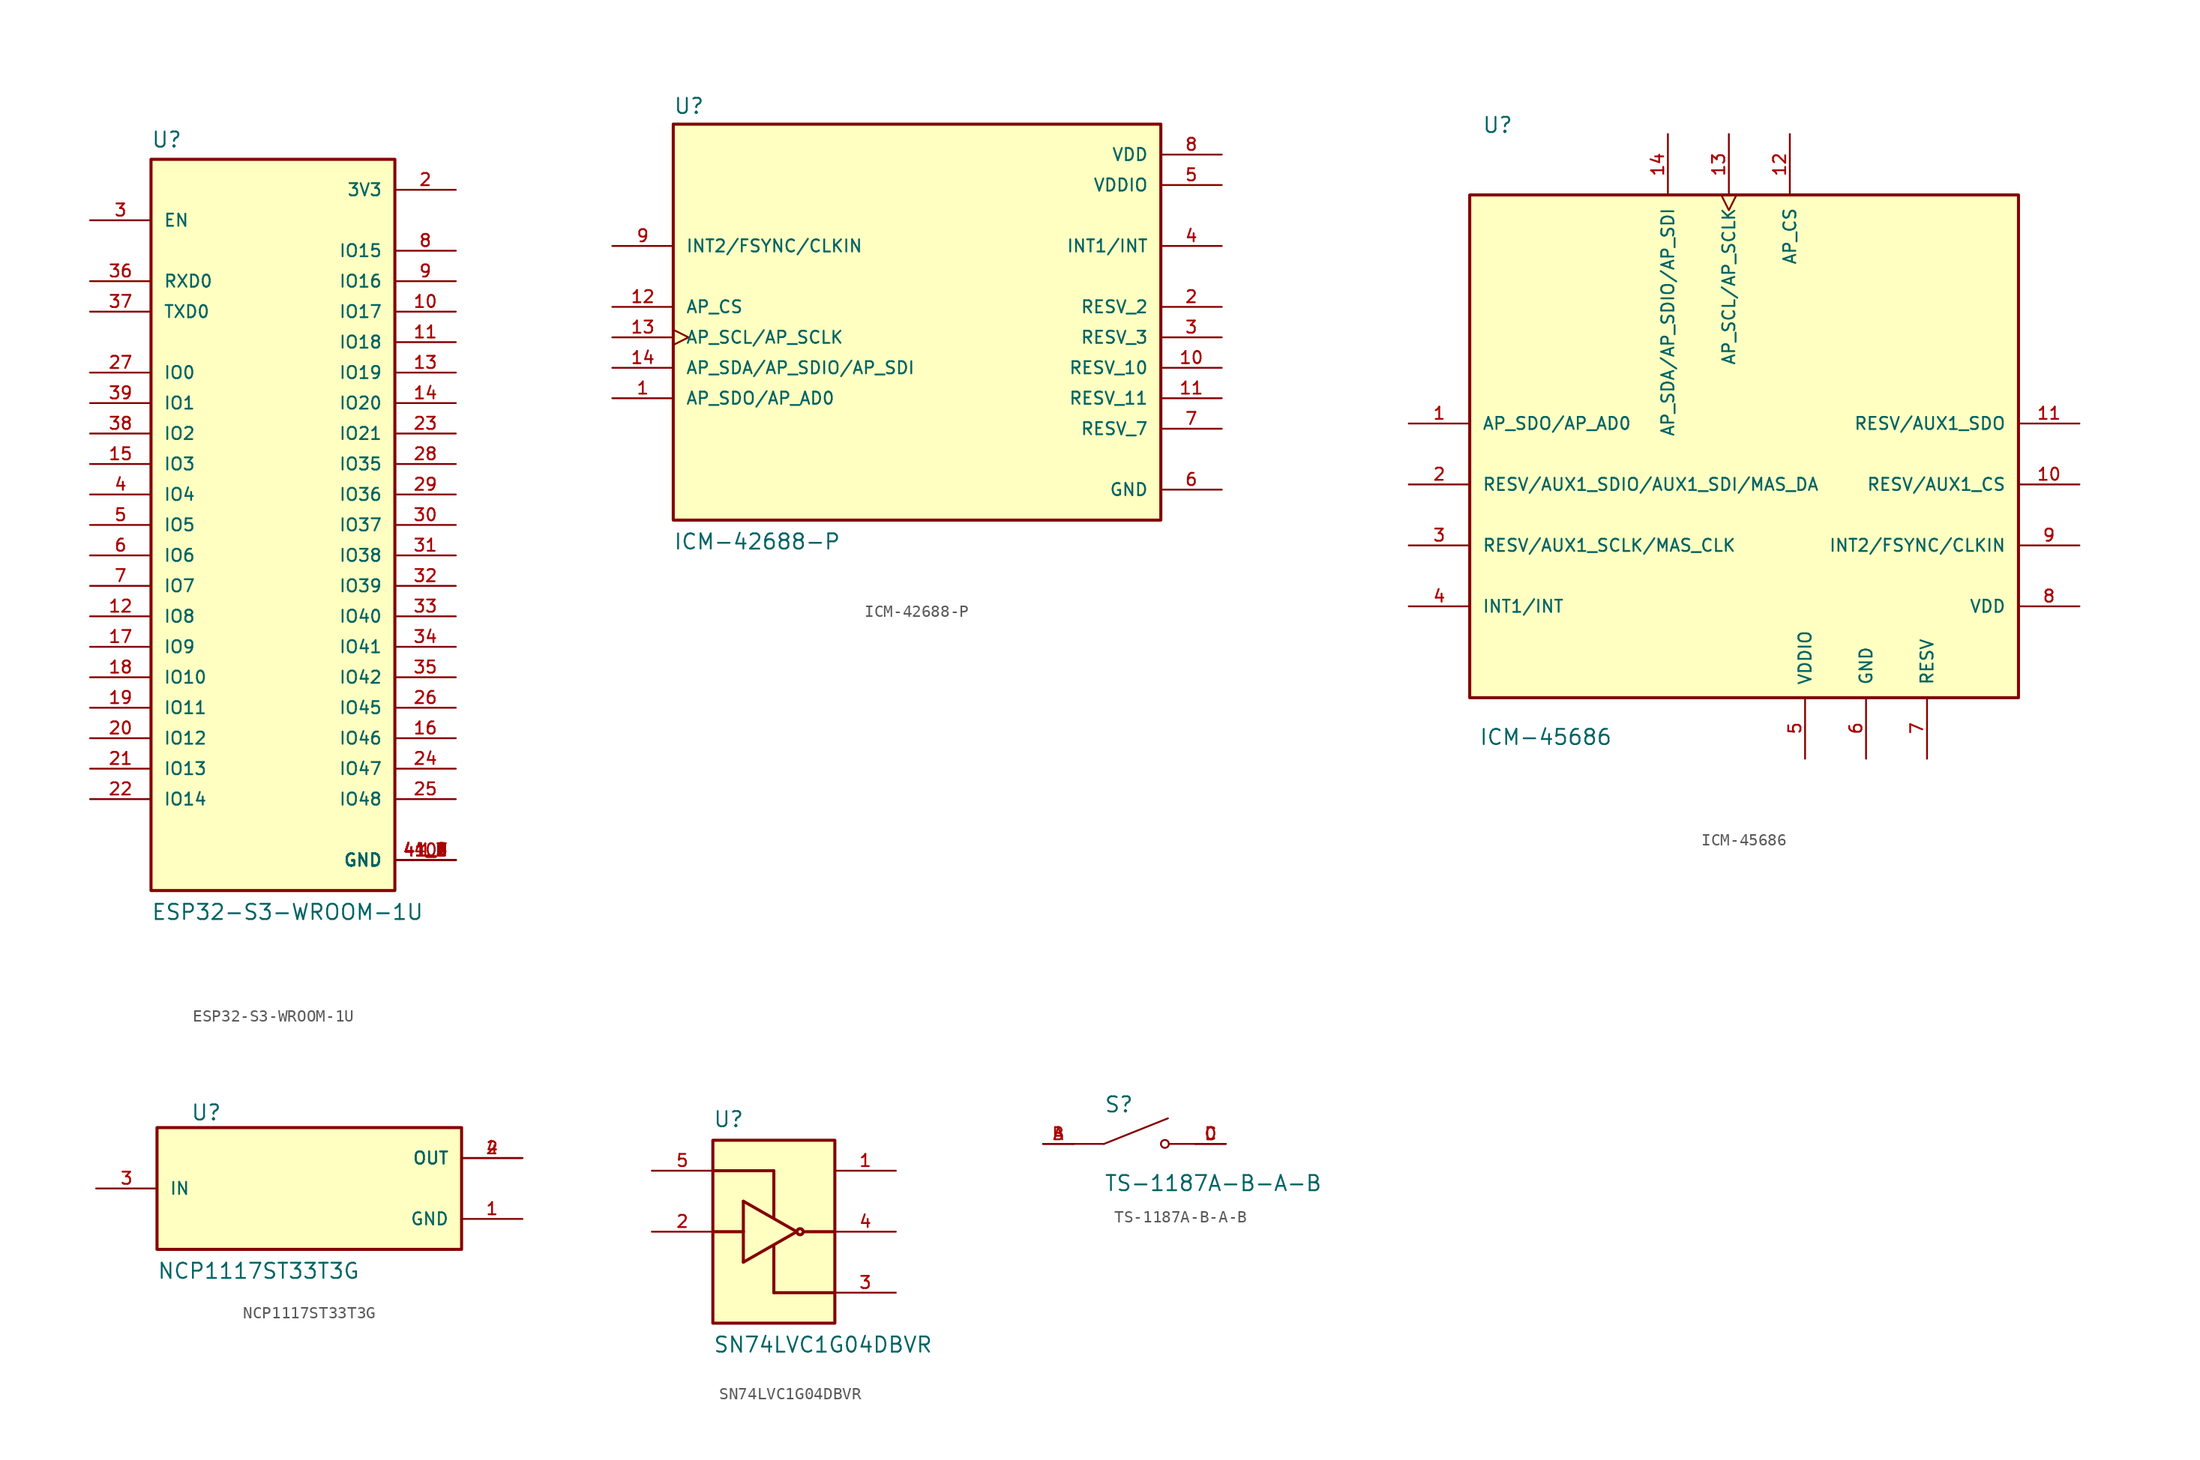
<source format=kicad_sym>
(kicad_symbol_lib
  (version 20241209)
  (generator "kicad_symbol_editor")
  (generator_version "9.0")
  (symbol "ESP32-S3-WROOM-1U"
    (pin_names
      (offset 1.016))
    (property "Reference" "U"
      (at -10.16 31.369 0)
      (effects (font (size 1.27 1.27)) (justify left bottom)))
    (property "Value" "ESP32-S3-WROOM-1U"
      (at -10.16 -33.02 0)
      (effects (font (size 1.27 1.27)) (justify left bottom)))
    (symbol "ESP32-S3-WROOM-1U_0_0"
      (rectangle (start -10.16 30.48) (end 10.16 -30.48) (stroke (width 0.254) (type default)) (fill (type background)))
      (pin input line (at -15.24 25.4 0) (length 5.08) (name "EN" (effects (font (size 1.016 1.016)))) (number "3" (effects (font (size 1.016 1.016)))))
      (pin bidirectional line (at -15.24 20.32 0) (length 5.08) (name "RXD0" (effects (font (size 1.016 1.016)))) (number "36" (effects (font (size 1.016 1.016)))))
      (pin bidirectional line (at -15.24 17.78 0) (length 5.08) (name "TXD0" (effects (font (size 1.016 1.016)))) (number "37" (effects (font (size 1.016 1.016)))))
      (pin bidirectional line (at -15.24 12.7 0) (length 5.08) (name "IO0" (effects (font (size 1.016 1.016)))) (number "27" (effects (font (size 1.016 1.016)))))
      (pin bidirectional line (at -15.24 10.16 0) (length 5.08) (name "IO1" (effects (font (size 1.016 1.016)))) (number "39" (effects (font (size 1.016 1.016)))))
      (pin bidirectional line (at -15.24 7.62 0) (length 5.08) (name "IO2" (effects (font (size 1.016 1.016)))) (number "38" (effects (font (size 1.016 1.016)))))
      (pin bidirectional line (at -15.24 5.08 0) (length 5.08) (name "IO3" (effects (font (size 1.016 1.016)))) (number "15" (effects (font (size 1.016 1.016)))))
      (pin bidirectional line (at -15.24 2.54 0) (length 5.08) (name "IO4" (effects (font (size 1.016 1.016)))) (number "4" (effects (font (size 1.016 1.016)))))
      (pin bidirectional line (at -15.24 0 0) (length 5.08) (name "IO5" (effects (font (size 1.016 1.016)))) (number "5" (effects (font (size 1.016 1.016)))))
      (pin bidirectional line (at -15.24 -2.54 0) (length 5.08) (name "IO6" (effects (font (size 1.016 1.016)))) (number "6" (effects (font (size 1.016 1.016)))))
      (pin bidirectional line (at -15.24 -5.08 0) (length 5.08) (name "IO7" (effects (font (size 1.016 1.016)))) (number "7" (effects (font (size 1.016 1.016)))))
      (pin bidirectional line (at -15.24 -7.62 0) (length 5.08) (name "IO8" (effects (font (size 1.016 1.016)))) (number "12" (effects (font (size 1.016 1.016)))))
      (pin bidirectional line (at -15.24 -10.16 0) (length 5.08) (name "IO9" (effects (font (size 1.016 1.016)))) (number "17" (effects (font (size 1.016 1.016)))))
      (pin bidirectional line (at -15.24 -12.7 0) (length 5.08) (name "IO10" (effects (font (size 1.016 1.016)))) (number "18" (effects (font (size 1.016 1.016)))))
      (pin bidirectional line (at -15.24 -15.24 0) (length 5.08) (name "IO11" (effects (font (size 1.016 1.016)))) (number "19" (effects (font (size 1.016 1.016)))))
      (pin bidirectional line (at -15.24 -17.78 0) (length 5.08) (name "IO12" (effects (font (size 1.016 1.016)))) (number "20" (effects (font (size 1.016 1.016)))))
      (pin bidirectional line (at -15.24 -20.32 0) (length 5.08) (name "IO13" (effects (font (size 1.016 1.016)))) (number "21" (effects (font (size 1.016 1.016)))))
      (pin bidirectional line (at -15.24 -22.86 0) (length 5.08) (name "IO14" (effects (font (size 1.016 1.016)))) (number "22" (effects (font (size 1.016 1.016)))))
      (pin power_in line (at 15.24 27.94 180) (length 5.08) (name "3V3" (effects (font (size 1.016 1.016)))) (number "2" (effects (font (size 1.016 1.016)))))
      (pin bidirectional line (at 15.24 22.86 180) (length 5.08) (name "IO15" (effects (font (size 1.016 1.016)))) (number "8" (effects (font (size 1.016 1.016)))))
      (pin bidirectional line (at 15.24 20.32 180) (length 5.08) (name "IO16" (effects (font (size 1.016 1.016)))) (number "9" (effects (font (size 1.016 1.016)))))
      (pin bidirectional line (at 15.24 17.78 180) (length 5.08) (name "IO17" (effects (font (size 1.016 1.016)))) (number "10" (effects (font (size 1.016 1.016)))))
      (pin bidirectional line (at 15.24 15.24 180) (length 5.08) (name "IO18" (effects (font (size 1.016 1.016)))) (number "11" (effects (font (size 1.016 1.016)))))
      (pin bidirectional line (at 15.24 12.7 180) (length 5.08) (name "IO19" (effects (font (size 1.016 1.016)))) (number "13" (effects (font (size 1.016 1.016)))))
      (pin bidirectional line (at 15.24 10.16 180) (length 5.08) (name "IO20" (effects (font (size 1.016 1.016)))) (number "14" (effects (font (size 1.016 1.016)))))
      (pin bidirectional line (at 15.24 7.62 180) (length 5.08) (name "IO21" (effects (font (size 1.016 1.016)))) (number "23" (effects (font (size 1.016 1.016)))))
      (pin bidirectional line (at 15.24 5.08 180) (length 5.08) (name "IO35" (effects (font (size 1.016 1.016)))) (number "28" (effects (font (size 1.016 1.016)))))
      (pin bidirectional line (at 15.24 2.54 180) (length 5.08) (name "IO36" (effects (font (size 1.016 1.016)))) (number "29" (effects (font (size 1.016 1.016)))))
      (pin bidirectional line (at 15.24 0 180) (length 5.08) (name "IO37" (effects (font (size 1.016 1.016)))) (number "30" (effects (font (size 1.016 1.016)))))
      (pin bidirectional line (at 15.24 -2.54 180) (length 5.08) (name "IO38" (effects (font (size 1.016 1.016)))) (number "31" (effects (font (size 1.016 1.016)))))
      (pin bidirectional line (at 15.24 -5.08 180) (length 5.08) (name "IO39" (effects (font (size 1.016 1.016)))) (number "32" (effects (font (size 1.016 1.016)))))
      (pin bidirectional line (at 15.24 -7.62 180) (length 5.08) (name "IO40" (effects (font (size 1.016 1.016)))) (number "33" (effects (font (size 1.016 1.016)))))
      (pin bidirectional line (at 15.24 -10.16 180) (length 5.08) (name "IO41" (effects (font (size 1.016 1.016)))) (number "34" (effects (font (size 1.016 1.016)))))
      (pin bidirectional line (at 15.24 -12.7 180) (length 5.08) (name "IO42" (effects (font (size 1.016 1.016)))) (number "35" (effects (font (size 1.016 1.016)))))
      (pin bidirectional line (at 15.24 -15.24 180) (length 5.08) (name "IO45" (effects (font (size 1.016 1.016)))) (number "26" (effects (font (size 1.016 1.016)))))
      (pin bidirectional line (at 15.24 -17.78 180) (length 5.08) (name "IO46" (effects (font (size 1.016 1.016)))) (number "16" (effects (font (size 1.016 1.016)))))
      (pin bidirectional line (at 15.24 -20.32 180) (length 5.08) (name "IO47" (effects (font (size 1.016 1.016)))) (number "24" (effects (font (size 1.016 1.016)))))
      (pin bidirectional line (at 15.24 -22.86 180) (length 5.08) (name "IO48" (effects (font (size 1.016 1.016)))) (number "25" (effects (font (size 1.016 1.016)))))
      (pin power_in line (at 15.24 -27.94 180) (length 5.08) (name "GND" (effects (font (size 1.016 1.016)))) (number "1" (effects (font (size 1.016 1.016)))))
      (pin power_in line (at 15.24 -27.94 180) (length 5.08) (name "GND" (effects (font (size 1.016 1.016)))) (number "40" (effects (font (size 1.016 1.016)))))
      (pin power_in line (at 15.24 -27.94 180) (length 5.08) (name "GND" (effects (font (size 1.016 1.016)))) (number "41_1" (effects (font (size 1.016 1.016)))))
      (pin power_in line (at 15.24 -27.94 180) (length 5.08) (name "GND" (effects (font (size 1.016 1.016)))) (number "41_2" (effects (font (size 1.016 1.016)))))
      (pin power_in line (at 15.24 -27.94 180) (length 5.08) (name "GND" (effects (font (size 1.016 1.016)))) (number "41_3" (effects (font (size 1.016 1.016)))))
      (pin power_in line (at 15.24 -27.94 180) (length 5.08) (name "GND" (effects (font (size 1.016 1.016)))) (number "41_4" (effects (font (size 1.016 1.016)))))
      (pin power_in line (at 15.24 -27.94 180) (length 5.08) (name "GND" (effects (font (size 1.016 1.016)))) (number "41_5" (effects (font (size 1.016 1.016)))))
      (pin power_in line (at 15.24 -27.94 180) (length 5.08) (name "GND" (effects (font (size 1.016 1.016)))) (number "41_6" (effects (font (size 1.016 1.016)))))
      (pin power_in line (at 15.24 -27.94 180) (length 5.08) (name "GND" (effects (font (size 1.016 1.016)))) (number "41_7" (effects (font (size 1.016 1.016)))))
      (pin power_in line (at 15.24 -27.94 180) (length 5.08) (name "GND" (effects (font (size 1.016 1.016)))) (number "41_8" (effects (font (size 1.016 1.016)))))
      (pin power_in line (at 15.24 -27.94 180) (length 5.08) (name "GND" (effects (font (size 1.016 1.016)))) (number "41_9" (effects (font (size 1.016 1.016)))))))
  (symbol "ICM-42688-P"
    (pin_names
      (offset 1.016))
    (property "Reference" "U"
      (at -20.32 16.002 0)
      (effects (font (size 1.27 1.27)) (justify left bottom)))
    (property "Value" "ICM-42688-P"
      (at -20.32 -20.32 0)
      (effects (font (size 1.27 1.27)) (justify left bottom)))
    (symbol "ICM-42688-P_0_0"
      (rectangle (start -20.32 -17.78) (end 20.32 15.24) (stroke (width 0.254) (type default)) (fill (type background)))
      (pin bidirectional line (at -25.4 5.08 0) (length 5.08) (name "INT2/FSYNC/CLKIN" (effects (font (size 1.016 1.016)))) (number "9" (effects (font (size 1.016 1.016)))))
      (pin input line (at -25.4 0 0) (length 5.08) (name "AP_CS" (effects (font (size 1.016 1.016)))) (number "12" (effects (font (size 1.016 1.016)))))
      (pin input clock (at -25.4 -2.54 0) (length 5.08) (name "AP_SCL/AP_SCLK" (effects (font (size 1.016 1.016)))) (number "13" (effects (font (size 1.016 1.016)))))
      (pin bidirectional line (at -25.4 -5.08 0) (length 5.08) (name "AP_SDA/AP_SDIO/AP_SDI" (effects (font (size 1.016 1.016)))) (number "14" (effects (font (size 1.016 1.016)))))
      (pin bidirectional line (at -25.4 -7.62 0) (length 5.08) (name "AP_SDO/AP_AD0" (effects (font (size 1.016 1.016)))) (number "1" (effects (font (size 1.016 1.016)))))
      (pin power_in line (at 25.4 12.7 180) (length 5.08) (name "VDD" (effects (font (size 1.016 1.016)))) (number "8" (effects (font (size 1.016 1.016)))))
      (pin power_in line (at 25.4 10.16 180) (length 5.08) (name "VDDIO" (effects (font (size 1.016 1.016)))) (number "5" (effects (font (size 1.016 1.016)))))
      (pin output line (at 25.4 5.08 180) (length 5.08) (name "INT1/INT" (effects (font (size 1.016 1.016)))) (number "4" (effects (font (size 1.016 1.016)))))
      (pin passive line (at 25.4 0 180) (length 5.08) (name "RESV_2" (effects (font (size 1.016 1.016)))) (number "2" (effects (font (size 1.016 1.016)))))
      (pin passive line (at 25.4 -2.54 180) (length 5.08) (name "RESV_3" (effects (font (size 1.016 1.016)))) (number "3" (effects (font (size 1.016 1.016)))))
      (pin passive line (at 25.4 -5.08 180) (length 5.08) (name "RESV_10" (effects (font (size 1.016 1.016)))) (number "10" (effects (font (size 1.016 1.016)))))
      (pin passive line (at 25.4 -7.62 180) (length 5.08) (name "RESV_11" (effects (font (size 1.016 1.016)))) (number "11" (effects (font (size 1.016 1.016)))))
      (pin passive line (at 25.4 -10.16 180) (length 5.08) (name "RESV_7" (effects (font (size 1.016 1.016)))) (number "7" (effects (font (size 1.016 1.016)))))
      (pin power_in line (at 25.4 -15.24 180) (length 5.08) (name "GND" (effects (font (size 1.016 1.016)))) (number "6" (effects (font (size 1.016 1.016)))))))
  (symbol "ICM-45686"
    (pin_names
      (offset 1.016))
    (property "Reference" "U"
      (at -21.844 26.67 0)
      (effects (font (size 1.27 1.27)) (justify left bottom)))
    (property "Value" "ICM-45686"
      (at -22.098 -22.86 0)
      (effects (font (size 1.27 1.27)) (justify left top)))
    (symbol "ICM-45686_0_0"
      (rectangle (start -22.86 21.59) (end 22.86 -20.32) (stroke (width 0.254) (type default)) (fill (type background)))
      (pin bidirectional line (at -27.94 2.54 0) (length 5.08) (name "AP_SDO/AP_AD0" (effects (font (size 1.016 1.016)))) (number "1" (effects (font (size 1.016 1.016)))))
      (pin bidirectional line (at -27.94 -2.54 0) (length 5.08) (name "RESV/AUX1_SDIO/AUX1_SDI/MAS_DA" (effects (font (size 1.016 1.016)))) (number "2" (effects (font (size 1.016 1.016)))))
      (pin bidirectional line (at -27.94 -7.62 0) (length 5.08) (name "RESV/AUX1_SCLK/MAS_CLK" (effects (font (size 1.016 1.016)))) (number "3" (effects (font (size 1.016 1.016)))))
      (pin output line (at -27.94 -12.7 0) (length 5.08) (name "INT1/INT" (effects (font (size 1.016 1.016)))) (number "4" (effects (font (size 1.016 1.016)))))
      (pin bidirectional line (at -6.35 26.67 270) (length 5.08) (name "AP_SDA/AP_SDIO/AP_SDI" (effects (font (size 1.016 1.016)))) (number "14" (effects (font (size 1.016 1.016)))))
      (pin input clock (at -1.27 26.67 270) (length 5.08) (name "AP_SCL/AP_SCLK" (effects (font (size 1.016 1.016)))) (number "13" (effects (font (size 1.016 1.016)))))
      (pin input line (at 3.81 26.67 270) (length 5.08) (name "AP_CS" (effects (font (size 1.016 1.016)))) (number "12" (effects (font (size 1.016 1.016)))))
      (pin power_in line (at 5.08 -25.4 90) (length 5.08) (name "VDDIO" (effects (font (size 1.016 1.016)))) (number "5" (effects (font (size 1.016 1.016)))))
      (pin power_in line (at 10.16 -25.4 90) (length 5.08) (name "GND" (effects (font (size 1.016 1.016)))) (number "6" (effects (font (size 1.016 1.016)))))
      (pin passive line (at 15.24 -25.4 90) (length 5.08) (name "RESV" (effects (font (size 1.016 1.016)))) (number "7" (effects (font (size 1.016 1.016)))))
      (pin output line (at 27.94 2.54 180) (length 5.08) (name "RESV/AUX1_SDO" (effects (font (size 1.016 1.016)))) (number "11" (effects (font (size 1.016 1.016)))))
      (pin input line (at 27.94 -2.54 180) (length 5.08) (name "RESV/AUX1_CS" (effects (font (size 1.016 1.016)))) (number "10" (effects (font (size 1.016 1.016)))))
      (pin bidirectional line (at 27.94 -7.62 180) (length 5.08) (name "INT2/FSYNC/CLKIN" (effects (font (size 1.016 1.016)))) (number "9" (effects (font (size 1.016 1.016)))))
      (pin power_in line (at 27.94 -12.7 180) (length 5.08) (name "VDD" (effects (font (size 1.016 1.016)))) (number "8" (effects (font (size 1.016 1.016)))))))
  (symbol "NCP1117ST33T3G"
    (pin_names
      (offset 1.016))
    (property "Reference" "U"
      (at -9.906 5.588 0)
      (effects (font (size 1.27 1.27)) (justify left bottom)))
    (property "Value" "NCP1117ST33T3G"
      (at -12.711 -7.627 0)
      (effects (font (size 1.27 1.27)) (justify left bottom)))
    (symbol "NCP1117ST33T3G_0_0"
      (rectangle (start -12.7 5.08) (end 12.7 -5.08) (stroke (width 0.254) (type default)) (fill (type background)))
      (pin input line (at -17.78 0 0) (length 5.08) (name "IN" (effects (font (size 1.016 1.016)))) (number "3" (effects (font (size 1.016 1.016)))))
      (pin output line (at 17.78 2.54 180) (length 5.08) (name "OUT" (effects (font (size 1.016 1.016)))) (number "2" (effects (font (size 1.016 1.016)))))
      (pin output line (at 17.78 2.54 180) (length 5.08) (name "OUT" (effects (font (size 1.016 1.016)))) (number "4" (effects (font (size 1.016 1.016)))))
      (pin power_in line (at 17.78 -2.54 180) (length 5.08) (name "GND" (effects (font (size 1.016 1.016)))) (number "1" (effects (font (size 1.016 1.016)))))))
  (symbol "SN74LVC1G04DBVR"
    (pin_names
      (offset 1.016))
    (property "Reference" "U"
      (at -5.08 8.62 0)
      (effects (font (size 1.27 1.27)) (justify left bottom)))
    (property "Value" "SN74LVC1G04DBVR"
      (at -5.08 -10.16 0)
      (effects (font (size 1.27 1.27)) (justify left bottom)))
    (symbol "SN74LVC1G04DBVR_0_0"
      (rectangle (start -5.08 7.62) (end 5.08 -7.62) (stroke (width 0.254) (type default)) (fill (type background)))
      (polyline (pts (xy -5.08 5.08) (xy 0 5.08)) (stroke (width 0.254) (type default)) (fill (type none)))
      (polyline (pts (xy -5.08 0) (xy -2.54 0)) (stroke (width 0.254) (type default)) (fill (type none)))
      (polyline (pts (xy -2.54 2.54) (xy 1.905 0)) (stroke (width 0.254) (type default)) (fill (type none)))
      (polyline (pts (xy -2.54 0) (xy -2.54 2.54)) (stroke (width 0.254) (type default)) (fill (type none)))
      (polyline (pts (xy -2.54 -2.54) (xy -2.54 0)) (stroke (width 0.254) (type default)) (fill (type none)))
      (polyline (pts (xy 0 5.08) (xy 0 1.143)) (stroke (width 0.254) (type default)) (fill (type none)))
      (polyline (pts (xy 0 -1.143) (xy 0 -5.08)) (stroke (width 0.254) (type default)) (fill (type none)))
      (polyline (pts (xy 0 -5.08) (xy 5.08 -5.08)) (stroke (width 0.254) (type default)) (fill (type none)))
      (polyline (pts (xy 1.905 0) (xy -2.54 -2.54)) (stroke (width 0.254) (type default)) (fill (type none)))
      (circle (center 2.184 0) (radius 0.254) (stroke (width 0.254) (type default)) (fill (type none)))
      (polyline (pts (xy 2.54 0) (xy 5.08 0)) (stroke (width 0.254) (type default)) (fill (type none)))
      (pin power_in line (at -10.16 5.08 0) (length 5.08) (name "~" (effects (font (size 1.016 1.016)))) (number "5" (effects (font (size 1.016 1.016)))))
      (pin input line (at -10.16 0 0) (length 5.08) (name "~" (effects (font (size 1.016 1.016)))) (number "2" (effects (font (size 1.016 1.016)))))
      (pin passive line (at 10.16 5.08 180) (length 5.08) (name "~" (effects (font (size 1.016 1.016)))) (number "1" (effects (font (size 1.016 1.016)))))
      (pin output line (at 10.16 0 180) (length 5.08) (name "~" (effects (font (size 1.016 1.016)))) (number "4" (effects (font (size 1.016 1.016)))))
      (pin power_in line (at 10.16 -5.08 180) (length 5.08) (name "~" (effects (font (size 1.016 1.016)))) (number "3" (effects (font (size 1.016 1.016)))))))
  (symbol "TS-1187A-B-A-B"
    (pin_names
      (offset 1.016))
    (property "Reference" "S"
      (at -2.54 2.54 0)
      (effects (font (size 1.27 1.27)) (justify left bottom)))
    (property "Value" "TS-1187A-B-A-B"
      (at -2.54 -2.54 0)
      (effects (font (size 1.27 1.27)) (justify left top)))
    (symbol "TS-1187A-B-A-B_0_0"
      (polyline (pts (xy -2.54 0) (xy -5.08 0)) (stroke (width 0.152) (type default)) (fill (type none)))
      (polyline (pts (xy -2.54 0) (xy 2.794 2.134)) (stroke (width 0.152) (type default)) (fill (type none)))
      (circle (center 2.54 0) (radius 0.33) (stroke (width 0.152) (type default)) (fill (type none)))
      (polyline (pts (xy 5.08 0) (xy 2.921 0)) (stroke (width 0.152) (type default)) (fill (type none)))
      (pin passive line (at -7.62 0 0) (length 2.54) (name "~" (effects (font (size 1.016 1.016)))) (number "A" (effects (font (size 1.016 1.016)))))
      (pin passive line (at -7.62 0 0) (length 2.54) (name "~" (effects (font (size 1.016 1.016)))) (number "B" (effects (font (size 1.016 1.016)))))
      (pin passive line (at 7.62 0 180) (length 2.54) (name "~" (effects (font (size 1.016 1.016)))) (number "C" (effects (font (size 1.016 1.016)))))
      (pin passive line (at 7.62 0 180) (length 2.54) (name "~" (effects (font (size 1.016 1.016)))) (number "D" (effects (font (size 1.016 1.016))))))))
</source>
